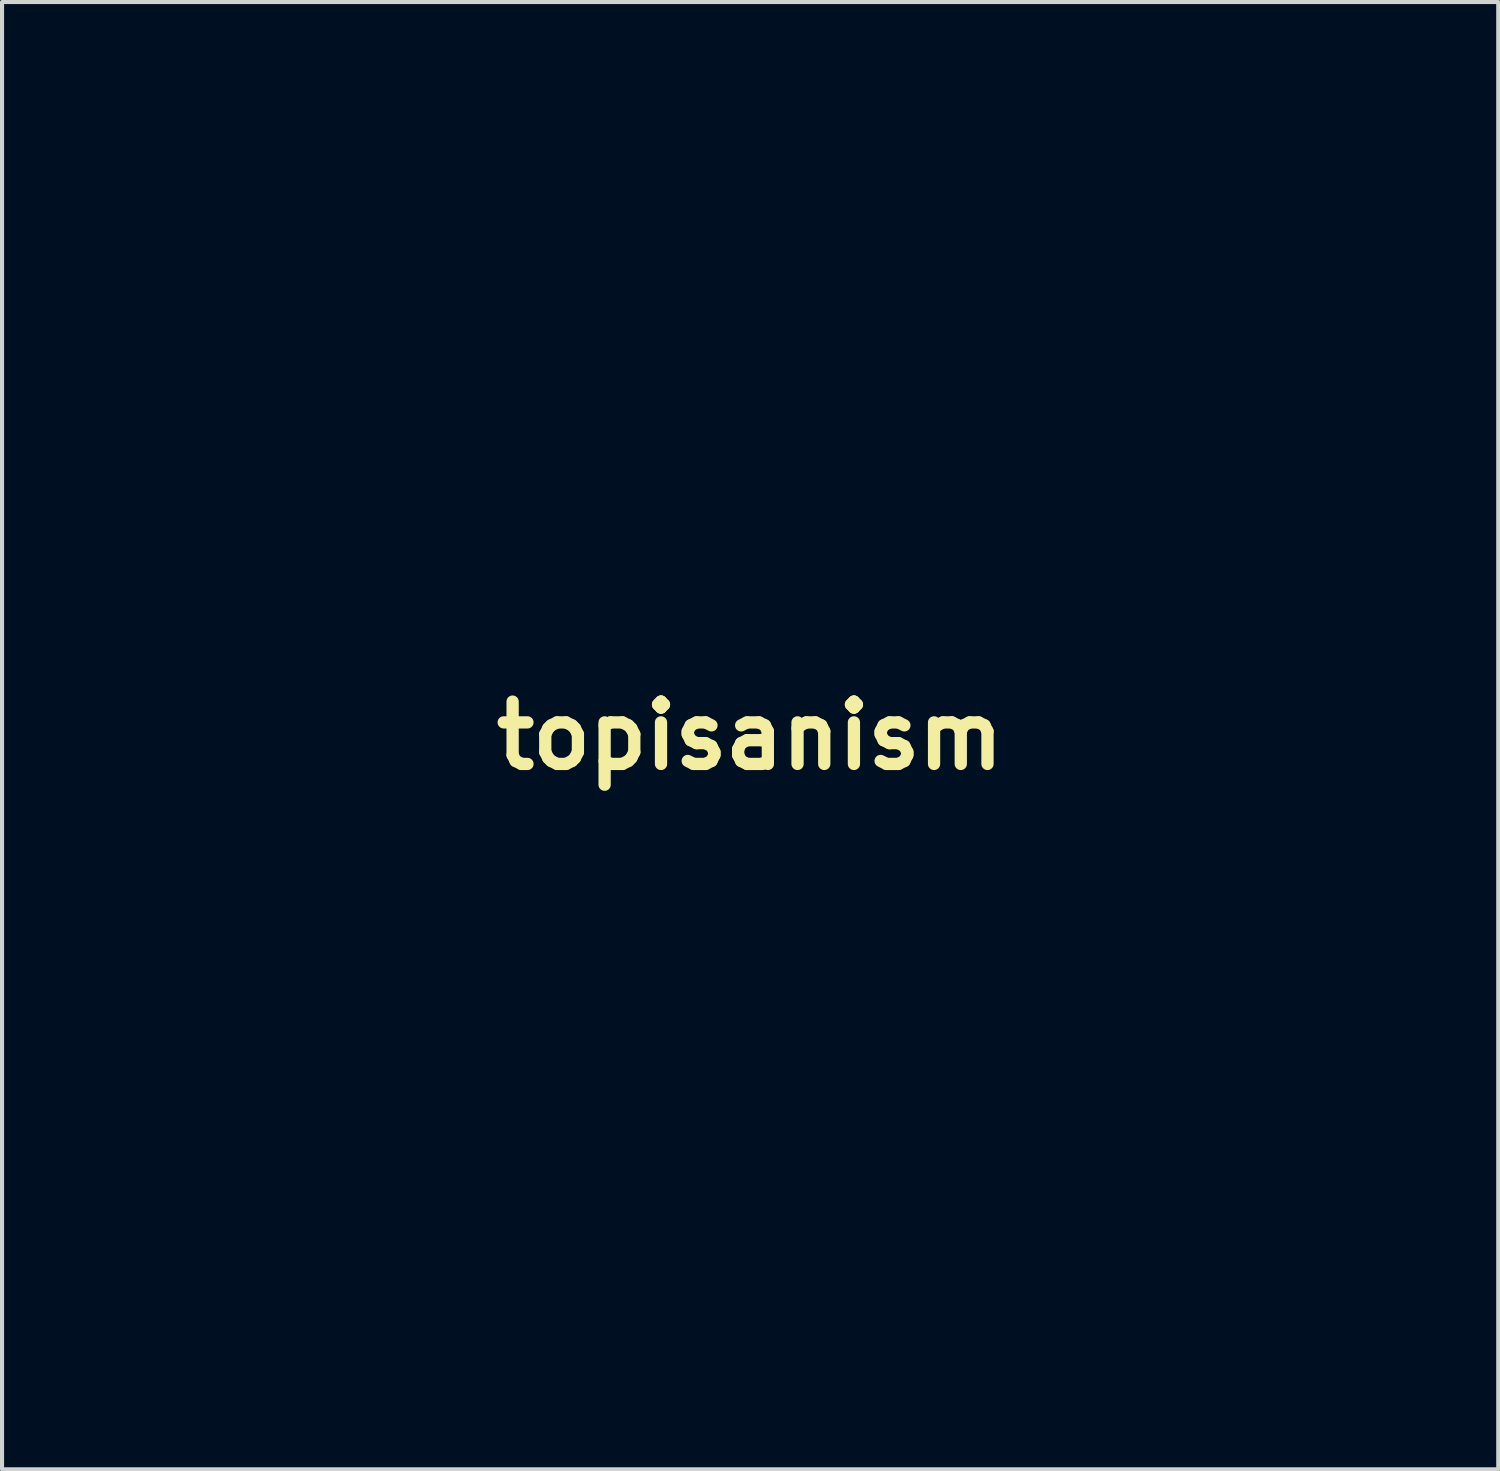
<source format=kicad_pcb>
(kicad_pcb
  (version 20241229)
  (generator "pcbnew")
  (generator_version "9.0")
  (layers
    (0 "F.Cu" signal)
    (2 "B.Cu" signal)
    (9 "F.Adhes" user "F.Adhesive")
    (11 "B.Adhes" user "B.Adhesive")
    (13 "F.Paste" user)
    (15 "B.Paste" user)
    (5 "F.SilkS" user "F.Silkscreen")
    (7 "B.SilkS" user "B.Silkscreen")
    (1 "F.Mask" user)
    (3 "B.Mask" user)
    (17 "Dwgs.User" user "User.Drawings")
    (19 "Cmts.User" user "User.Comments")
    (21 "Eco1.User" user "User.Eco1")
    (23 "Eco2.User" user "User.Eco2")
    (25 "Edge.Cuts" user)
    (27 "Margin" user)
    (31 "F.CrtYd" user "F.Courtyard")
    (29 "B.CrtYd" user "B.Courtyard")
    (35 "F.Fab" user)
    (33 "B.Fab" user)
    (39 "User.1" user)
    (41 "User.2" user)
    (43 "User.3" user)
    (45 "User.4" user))
  (footprint "topisanism"
    (layer "F.Cu")
    (at 15.29 14.94)
    (property "Reference" "topisanism" (at 0 0 0) (layer "F.SilkS") (effects (font (size 1.524 1.524) (thickness 0.3))))
    (attr through_hole)
    (fp_poly (pts (xy -9.494 10.104) (xy -9.495 10.108) (xy -9.504 10.114) (xy -9.525 10.129) (xy -9.557 10.151) (xy -9.6 10.181) (xy -9.651 10.216) (xy -9.71 10.257) (xy -9.776 10.302) (xy -9.847 10.351) (xy -9.922 10.402) (xy -9.999 10.455) (xy -10.078 10.509) (xy -10.157 10.563) (xy -10.235 10.617) (xy -10.31 10.668) (xy -10.382 10.717) (xy -10.449 10.763) (xy -10.51 10.804) (xy -10.564 10.841) (xy -10.609 10.871) (xy -10.644 10.895) (xy -10.668 10.911) (xy -10.679 10.918) (xy -10.68 10.918) (xy -10.688 10.914) (xy -10.708 10.9) (xy -10.738 10.877) (xy -10.777 10.847) (xy -10.823 10.811) (xy -10.875 10.769) (xy -10.93 10.724) (xy -10.943 10.714) (xy -11 10.667) (xy -11.053 10.624) (xy -11.101 10.584) (xy -11.142 10.55) (xy -11.175 10.523) (xy -11.198 10.504) (xy -11.209 10.494) (xy -11.21 10.494) (xy -11.217 10.483) (xy -11.213 10.474) (xy -11.201 10.464) (xy -11.174 10.446) (xy -11.134 10.423) (xy -11.084 10.398) (xy -11.029 10.372) (xy -10.97 10.346) (xy -10.913 10.323) (xy -10.86 10.303) (xy -10.838 10.295) (xy -10.774 10.275) (xy -10.709 10.257) (xy -10.641 10.241) (xy -10.569 10.226) (xy -10.492 10.212) (xy -10.406 10.199) (xy -10.31 10.187) (xy -10.202 10.175) (xy -10.08 10.163) (xy -9.999 10.155) (xy -9.902 10.146) (xy -9.818 10.138) (xy -9.743 10.131) (xy -9.674 10.123) (xy -9.607 10.114) (xy -9.537 10.105) (xy -9.529 10.104) (xy -9.504 10.102) (xy -9.494 10.104)) (stroke (width 0.01) (type solid)) (fill yes) (layer "F.Mask"))
    (fp_poly (pts (xy 9.56 10.085) (xy 9.606 10.088) (xy 9.66 10.091) (xy 9.72 10.095) (xy 9.782 10.1) (xy 9.845 10.106) (xy 9.905 10.112) (xy 9.959 10.118) (xy 9.961 10.119) (xy 10.046 10.13) (xy 10.131 10.142) (xy 10.218 10.156) (xy 10.308 10.172) (xy 10.404 10.19) (xy 10.508 10.211) (xy 10.621 10.235) (xy 10.746 10.263) (xy 10.884 10.295) (xy 10.935 10.307) (xy 11.003 10.323) (xy 11.067 10.338) (xy 11.127 10.351) (xy 11.178 10.363) (xy 11.219 10.373) (xy 11.248 10.379) (xy 11.256 10.381) (xy 11.284 10.387) (xy 11.303 10.392) (xy 11.311 10.394) (xy 11.308 10.402) (xy 11.296 10.42) (xy 11.277 10.446) (xy 11.252 10.477) (xy 11.223 10.51) (xy 11.192 10.544) (xy 11.172 10.565) (xy 11.137 10.601) (xy 11.094 10.641) (xy 11.049 10.68) (xy 11.019 10.706) (xy 10.988 10.731) (xy 10.952 10.76) (xy 10.912 10.79) (xy 10.872 10.822) (xy 10.833 10.852) (xy 10.797 10.878) (xy 10.768 10.9) (xy 10.746 10.915) (xy 10.736 10.922) (xy 10.735 10.922) (xy 10.728 10.917) (xy 10.707 10.904) (xy 10.675 10.883) (xy 10.631 10.854) (xy 10.577 10.818) (xy 10.515 10.777) (xy 10.444 10.73) (xy 10.366 10.678) (xy 10.282 10.622) (xy 10.193 10.563) (xy 10.106 10.505) (xy 9.996 10.432) (xy 9.9 10.368) (xy 9.817 10.312) (xy 9.745 10.264) (xy 9.684 10.223) (xy 9.634 10.188) (xy 9.593 10.16) (xy 9.561 10.137) (xy 9.536 10.119) (xy 9.519 10.105) (xy 9.508 10.096) (xy 9.503 10.09) (xy 9.502 10.086) (xy 9.505 10.085) (xy 9.525 10.084) (xy 9.56 10.085)) (stroke (width 0.01) (type solid)) (fill yes) (layer "F.Mask"))
    (fp_poly (pts (xy 3.769 -1.444) (xy 3.86 -1.419) (xy 3.954 -1.378) (xy 4.052 -1.321) (xy 4.119 -1.275) (xy 4.178 -1.23) (xy 4.24 -1.179) (xy 4.307 -1.119) (xy 4.381 -1.05) (xy 4.463 -0.97) (xy 4.521 -0.911) (xy 4.62 -0.812) (xy 4.71 -0.724) (xy 4.789 -0.648) (xy 4.861 -0.583) (xy 4.925 -0.527) (xy 4.982 -0.481) (xy 5.033 -0.442) (xy 5.079 -0.412) (xy 5.122 -0.388) (xy 5.131 -0.383) (xy 5.169 -0.366) (xy 5.201 -0.356) (xy 5.236 -0.351) (xy 5.263 -0.349) (xy 5.301 -0.348) (xy 5.337 -0.351) (xy 5.374 -0.359) (xy 5.411 -0.371) (xy 5.451 -0.39) (xy 5.494 -0.414) (xy 5.54 -0.446) (xy 5.592 -0.486) (xy 5.65 -0.534) (xy 5.714 -0.591) (xy 5.787 -0.659) (xy 5.869 -0.737) (xy 5.961 -0.826) (xy 6.003 -0.868) (xy 6.086 -0.949) (xy 6.159 -1.02) (xy 6.222 -1.08) (xy 6.277 -1.132) (xy 6.326 -1.176) (xy 6.369 -1.214) (xy 6.409 -1.246) (xy 6.445 -1.274) (xy 6.48 -1.3) (xy 6.509 -1.319) (xy 6.594 -1.369) (xy 6.672 -1.407) (xy 6.748 -1.431) (xy 6.824 -1.445) (xy 6.883 -1.448) (xy 6.961 -1.442) (xy 7.035 -1.424) (xy 7.107 -1.394) (xy 7.179 -1.35) (xy 7.253 -1.29) (xy 7.283 -1.263) (xy 7.356 -1.185) (xy 7.412 -1.103) (xy 7.452 -1.019) (xy 7.475 -0.931) (xy 7.481 -0.84) (xy 7.471 -0.745) (xy 7.444 -0.648) (xy 7.401 -0.547) (xy 7.341 -0.443) (xy 7.264 -0.335) (xy 7.25 -0.318) (xy 7.226 -0.289) (xy 7.192 -0.251) (xy 7.151 -0.206) (xy 7.105 -0.156) (xy 7.056 -0.103) (xy 7.006 -0.051) (xy 6.997 -0.042) (xy 6.908 0.05) (xy 6.831 0.132) (xy 6.764 0.203) (xy 6.706 0.267) (xy 6.657 0.324) (xy 6.615 0.375) (xy 6.579 0.421) (xy 6.548 0.463) (xy 6.522 0.503) (xy 6.505 0.532) (xy 6.468 0.606) (xy 6.444 0.676) (xy 6.434 0.745) (xy 6.438 0.813) (xy 6.456 0.883) (xy 6.488 0.956) (xy 6.534 1.034) (xy 6.578 1.096) (xy 6.603 1.128) (xy 6.629 1.161) (xy 6.658 1.196) (xy 6.69 1.233) (xy 6.728 1.276) (xy 6.772 1.323) (xy 6.823 1.378) (xy 6.882 1.44) (xy 6.951 1.512) (xy 7.031 1.594) (xy 7.053 1.618) (xy 7.11 1.677) (xy 7.165 1.734) (xy 7.215 1.787) (xy 7.261 1.836) (xy 7.299 1.878) (xy 7.33 1.913) (xy 7.351 1.938) (xy 7.36 1.948) (xy 7.398 2.008) (xy 7.433 2.074) (xy 7.461 2.141) (xy 7.48 2.202) (xy 7.481 2.207) (xy 7.49 2.271) (xy 7.491 2.341) (xy 7.486 2.412) (xy 7.473 2.476) (xy 7.469 2.489) (xy 7.435 2.568) (xy 7.387 2.646) (xy 7.327 2.721) (xy 7.258 2.79) (xy 7.182 2.851) (xy 7.101 2.902) (xy 7.019 2.941) (xy 6.963 2.959) (xy 6.915 2.967) (xy 6.858 2.971) (xy 6.798 2.97) (xy 6.744 2.965) (xy 6.714 2.959) (xy 6.641 2.932) (xy 6.563 2.891) (xy 6.48 2.834) (xy 6.435 2.798) (xy 6.349 2.725) (xy 6.263 2.648) (xy 6.174 2.566) (xy 6.082 2.476) (xy 5.985 2.379) (xy 5.882 2.271) (xy 5.77 2.152) (xy 5.704 2.081) (xy 5.621 1.997) (xy 5.54 1.93) (xy 5.462 1.879) (xy 5.385 1.844) (xy 5.312 1.825) (xy 5.241 1.823) (xy 5.214 1.827) (xy 5.167 1.838) (xy 5.122 1.854) (xy 5.077 1.876) (xy 5.032 1.906) (xy 4.985 1.944) (xy 4.933 1.991) (xy 4.877 2.049) (xy 4.814 2.119) (xy 4.755 2.188) (xy 4.711 2.238) (xy 4.659 2.294) (xy 4.6 2.356) (xy 4.536 2.421) (xy 4.47 2.487) (xy 4.402 2.554) (xy 4.334 2.619) (xy 4.268 2.681) (xy 4.206 2.737) (xy 4.149 2.788) (xy 4.1 2.829) (xy 4.059 2.861) (xy 4.043 2.873) (xy 3.97 2.915) (xy 3.897 2.943) (xy 3.817 2.958) (xy 3.775 2.961) (xy 3.697 2.961) (xy 3.627 2.952) (xy 3.56 2.933) (xy 3.488 2.903) (xy 3.473 2.895) (xy 3.384 2.844) (xy 3.303 2.783) (xy 3.233 2.715) (xy 3.176 2.642) (xy 3.131 2.565) (xy 3.102 2.486) (xy 3.099 2.473) (xy 3.093 2.432) (xy 3.092 2.379) (xy 3.095 2.32) (xy 3.102 2.257) (xy 3.113 2.197) (xy 3.116 2.184) (xy 3.133 2.127) (xy 3.159 2.063) (xy 3.19 1.998) (xy 3.224 1.938) (xy 3.255 1.892) (xy 3.268 1.877) (xy 3.291 1.851) (xy 3.325 1.816) (xy 3.367 1.772) (xy 3.416 1.721) (xy 3.471 1.665) (xy 3.531 1.604) (xy 3.594 1.539) (xy 3.656 1.477) (xy 3.723 1.41) (xy 3.788 1.344) (xy 3.85 1.281) (xy 3.907 1.222) (xy 3.958 1.168) (xy 4.003 1.121) (xy 4.039 1.083) (xy 4.065 1.054) (xy 4.079 1.037) (xy 4.109 0.997) (xy 4.139 0.953) (xy 4.165 0.911) (xy 4.176 0.89) (xy 4.193 0.855) (xy 4.204 0.829) (xy 4.21 0.805) (xy 4.212 0.779) (xy 4.212 0.755) (xy 4.21 0.716) (xy 4.205 0.686) (xy 4.195 0.657) (xy 4.184 0.635) (xy 4.171 0.61) (xy 4.156 0.584) (xy 4.138 0.557) (xy 4.116 0.528) (xy 4.09 0.495) (xy 4.057 0.458) (xy 4.017 0.414) (xy 3.969 0.363) (xy 3.912 0.303) (xy 3.844 0.234) (xy 3.785 0.174) (xy 3.692 0.078) (xy 3.609 -0.008) (xy 3.537 -0.084) (xy 3.474 -0.152) (xy 3.419 -0.213) (xy 3.372 -0.268) (xy 3.331 -0.32) (xy 3.295 -0.367) (xy 3.264 -0.413) (xy 3.236 -0.458) (xy 3.21 -0.504) (xy 3.186 -0.551) (xy 3.184 -0.555) (xy 3.149 -0.629) (xy 3.124 -0.694) (xy 3.108 -0.754) (xy 3.099 -0.814) (xy 3.097 -0.876) (xy 3.103 -0.959) (xy 3.121 -1.034) (xy 3.152 -1.105) (xy 3.198 -1.174) (xy 3.259 -1.243) (xy 3.265 -1.25) (xy 3.347 -1.323) (xy 3.429 -1.38) (xy 3.511 -1.42) (xy 3.595 -1.445) (xy 3.681 -1.452) (xy 3.769 -1.444)) (stroke (width 0.01) (type solid)) (fill yes) (layer "F.Mask"))
    (fp_poly (pts (xy -6.683 -1.409) (xy -6.647 -1.408) (xy -6.619 -1.405) (xy -6.594 -1.399) (xy -6.566 -1.391) (xy -6.542 -1.383) (xy -6.495 -1.364) (xy -6.447 -1.341) (xy -6.397 -1.312) (xy -6.344 -1.276) (xy -6.287 -1.234) (xy -6.225 -1.184) (xy -6.158 -1.126) (xy -6.084 -1.058) (xy -6.003 -0.981) (xy -5.913 -0.892) (xy -5.815 -0.793) (xy -5.706 -0.681) (xy -5.693 -0.667) (xy -5.635 -0.607) (xy -5.579 -0.55) (xy -5.527 -0.498) (xy -5.481 -0.452) (xy -5.441 -0.413) (xy -5.409 -0.384) (xy -5.387 -0.365) (xy -5.381 -0.36) (xy -5.309 -0.315) (xy -5.24 -0.286) (xy -5.172 -0.273) (xy -5.105 -0.275) (xy -5.067 -0.284) (xy -5.022 -0.299) (xy -4.977 -0.321) (xy -4.932 -0.352) (xy -4.882 -0.393) (xy -4.827 -0.446) (xy -4.78 -0.496) (xy -4.715 -0.565) (xy -4.643 -0.64) (xy -4.567 -0.718) (xy -4.489 -0.797) (xy -4.412 -0.874) (xy -4.339 -0.947) (xy -4.271 -1.014) (xy -4.212 -1.07) (xy -4.205 -1.077) (xy -4.105 -1.165) (xy -4.011 -1.237) (xy -3.92 -1.296) (xy -3.831 -1.34) (xy -3.743 -1.371) (xy -3.655 -1.389) (xy -3.565 -1.396) (xy -3.523 -1.395) (xy -3.431 -1.383) (xy -3.348 -1.359) (xy -3.271 -1.321) (xy -3.201 -1.269) (xy -3.133 -1.2) (xy -3.111 -1.174) (xy -3.047 -1.083) (xy -3 -0.992) (xy -2.97 -0.901) (xy -2.957 -0.808) (xy -2.96 -0.715) (xy -2.98 -0.62) (xy -3.018 -0.525) (xy -3.072 -0.428) (xy -3.114 -0.367) (xy -3.129 -0.349) (xy -3.155 -0.32) (xy -3.191 -0.282) (xy -3.236 -0.234) (xy -3.289 -0.179) (xy -3.349 -0.117) (xy -3.415 -0.05) (xy -3.485 0.022) (xy -3.56 0.098) (xy -3.586 0.124) (xy -3.672 0.21) (xy -3.746 0.285) (xy -3.811 0.35) (xy -3.865 0.406) (xy -3.911 0.454) (xy -3.95 0.495) (xy -3.981 0.53) (xy -4.007 0.559) (xy -4.027 0.585) (xy -4.043 0.607) (xy -4.056 0.628) (xy -4.065 0.646) (xy -4.074 0.665) (xy -4.081 0.685) (xy -4.082 0.689) (xy -4.094 0.742) (xy -4.097 0.802) (xy -4.091 0.862) (xy -4.082 0.9) (xy -4.068 0.935) (xy -4.051 0.968) (xy -4.029 1.001) (xy -4.001 1.037) (xy -3.965 1.078) (xy -3.919 1.125) (xy -3.862 1.181) (xy -3.858 1.185) (xy -3.797 1.243) (xy -3.733 1.306) (xy -3.665 1.372) (xy -3.597 1.44) (xy -3.527 1.509) (xy -3.459 1.578) (xy -3.393 1.645) (xy -3.33 1.708) (xy -3.272 1.768) (xy -3.22 1.822) (xy -3.176 1.869) (xy -3.139 1.908) (xy -3.113 1.937) (xy -3.097 1.956) (xy -3.044 2.035) (xy -3.005 2.111) (xy -2.98 2.187) (xy -2.967 2.269) (xy -2.965 2.358) (xy -2.966 2.366) (xy -2.974 2.458) (xy -2.991 2.537) (xy -3.02 2.609) (xy -3.06 2.676) (xy -3.115 2.742) (xy -3.145 2.773) (xy -3.226 2.845) (xy -3.312 2.902) (xy -3.405 2.947) (xy -3.435 2.958) (xy -3.467 2.969) (xy -3.493 2.976) (xy -3.518 2.981) (xy -3.547 2.983) (xy -3.585 2.984) (xy -3.624 2.985) (xy -3.677 2.984) (xy -3.723 2.98) (xy -3.766 2.973) (xy -3.806 2.961) (xy -3.847 2.943) (xy -3.889 2.919) (xy -3.935 2.887) (xy -3.987 2.846) (xy -4.046 2.796) (xy -4.116 2.735) (xy -4.129 2.723) (xy -4.167 2.688) (xy -4.214 2.643) (xy -4.27 2.59) (xy -4.332 2.53) (xy -4.399 2.465) (xy -4.468 2.398) (xy -4.538 2.329) (xy -4.606 2.261) (xy -4.619 2.248) (xy -4.69 2.176) (xy -4.75 2.116) (xy -4.801 2.065) (xy -4.843 2.023) (xy -4.878 1.99) (xy -4.907 1.963) (xy -4.93 1.941) (xy -4.95 1.925) (xy -4.967 1.912) (xy -4.982 1.902) (xy -4.997 1.893) (xy -5.012 1.885) (xy -5.024 1.879) (xy -5.06 1.862) (xy -5.087 1.851) (xy -5.11 1.845) (xy -5.136 1.842) (xy -5.171 1.842) (xy -5.177 1.841) (xy -5.216 1.842) (xy -5.244 1.845) (xy -5.268 1.85) (xy -5.294 1.861) (xy -5.318 1.873) (xy -5.375 1.906) (xy -5.432 1.948) (xy -5.491 2.002) (xy -5.553 2.069) (xy -5.566 2.084) (xy -5.587 2.107) (xy -5.618 2.14) (xy -5.659 2.183) (xy -5.707 2.232) (xy -5.761 2.288) (xy -5.82 2.349) (xy -5.883 2.412) (xy -5.947 2.477) (xy -5.973 2.502) (xy -6.051 2.58) (xy -6.118 2.647) (xy -6.176 2.703) (xy -6.225 2.751) (xy -6.268 2.791) (xy -6.305 2.824) (xy -6.337 2.851) (xy -6.366 2.873) (xy -6.393 2.892) (xy -6.419 2.907) (xy -6.445 2.922) (xy -6.473 2.935) (xy -6.479 2.938) (xy -6.558 2.968) (xy -6.641 2.986) (xy -6.723 2.993) (xy -6.782 2.989) (xy -6.875 2.968) (xy -6.965 2.931) (xy -7.053 2.878) (xy -7.138 2.808) (xy -7.166 2.781) (xy -7.241 2.696) (xy -7.3 2.61) (xy -7.341 2.522) (xy -7.365 2.433) (xy -7.373 2.343) (xy -7.364 2.251) (xy -7.338 2.157) (xy -7.295 2.063) (xy -7.246 1.983) (xy -7.232 1.965) (xy -7.207 1.937) (xy -7.173 1.899) (xy -7.13 1.853) (xy -7.082 1.801) (xy -7.028 1.744) (xy -6.969 1.684) (xy -6.909 1.621) (xy -6.847 1.557) (xy -6.784 1.493) (xy -6.724 1.432) (xy -6.666 1.373) (xy -6.612 1.319) (xy -6.563 1.272) (xy -6.521 1.231) (xy -6.517 1.227) (xy -6.433 1.142) (xy -6.366 1.061) (xy -6.315 0.982) (xy -6.281 0.905) (xy -6.262 0.831) (xy -6.259 0.758) (xy -6.259 0.754) (xy -6.27 0.692) (xy -6.291 0.631) (xy -6.324 0.571) (xy -6.369 0.508) (xy -6.429 0.441) (xy -6.477 0.394) (xy -6.548 0.326) (xy -6.622 0.253) (xy -6.698 0.177) (xy -6.774 0.1) (xy -6.85 0.023) (xy -6.923 -0.053) (xy -6.992 -0.126) (xy -7.057 -0.194) (xy -7.115 -0.258) (xy -7.165 -0.314) (xy -7.206 -0.362) (xy -7.237 -0.4) (xy -7.245 -0.41) (xy -7.296 -0.493) (xy -7.337 -0.584) (xy -7.359 -0.653) (xy -7.37 -0.716) (xy -7.373 -0.785) (xy -7.369 -0.854) (xy -7.358 -0.915) (xy -7.351 -0.94) (xy -7.308 -1.037) (xy -7.252 -1.128) (xy -7.184 -1.209) (xy -7.105 -1.279) (xy -7.018 -1.337) (xy -6.925 -1.381) (xy -6.913 -1.386) (xy -6.883 -1.396) (xy -6.858 -1.402) (xy -6.832 -1.406) (xy -6.801 -1.409) (xy -6.76 -1.409) (xy -6.731 -1.409) (xy -6.683 -1.409)) (stroke (width 0.01) (type solid)) (fill yes) (layer "F.Mask"))
    (fp_poly (pts (xy 8.429 -14.932) (xy 8.707 -14.922) (xy 8.978 -14.906) (xy 9.186 -14.888) (xy 9.261 -14.879) (xy 9.344 -14.865) (xy 9.438 -14.846) (xy 9.544 -14.822) (xy 9.661 -14.792) (xy 9.793 -14.756) (xy 9.896 -14.727) (xy 10.26 -14.615) (xy 10.611 -14.491) (xy 10.951 -14.355) (xy 11.278 -14.208) (xy 11.593 -14.048) (xy 11.896 -13.877) (xy 12.186 -13.695) (xy 12.465 -13.5) (xy 12.731 -13.294) (xy 12.986 -13.076) (xy 13.228 -12.846) (xy 13.458 -12.604) (xy 13.676 -12.35) (xy 13.847 -12.132) (xy 14.036 -11.868) (xy 14.213 -11.594) (xy 14.378 -11.31) (xy 14.532 -11.015) (xy 14.675 -10.71) (xy 14.807 -10.392) (xy 14.929 -10.063) (xy 15.04 -9.72) (xy 15.138 -9.377) (xy 15.175 -9.234) (xy 15.205 -9.101) (xy 15.231 -8.973) (xy 15.253 -8.843) (xy 15.265 -8.76) (xy 15.291 -8.574) (xy 15.291 -6.886) (xy 15.169 -6.265) (xy 15.047 -5.643) (xy 14.986 -5.483) (xy 14.964 -5.424) (xy 14.947 -5.379) (xy 14.933 -5.345) (xy 14.923 -5.32) (xy 14.913 -5.301) (xy 14.905 -5.286) (xy 14.896 -5.273) (xy 14.885 -5.259) (xy 14.882 -5.255) (xy 14.871 -5.236) (xy 14.855 -5.204) (xy 14.836 -5.161) (xy 14.814 -5.109) (xy 14.795 -5.06) (xy 14.665 -4.738) (xy 14.522 -4.428) (xy 14.367 -4.129) (xy 14.199 -3.841) (xy 14.018 -3.563) (xy 13.824 -3.297) (xy 13.616 -3.04) (xy 13.395 -2.794) (xy 13.161 -2.558) (xy 12.913 -2.331) (xy 12.651 -2.114) (xy 12.501 -1.998) (xy 12.387 -1.915) (xy 12.275 -1.835) (xy 12.161 -1.758) (xy 12.043 -1.681) (xy 11.917 -1.603) (xy 11.781 -1.522) (xy 11.663 -1.453) (xy 11.578 -1.403) (xy 11.508 -1.36) (xy 11.45 -1.322) (xy 11.404 -1.288) (xy 11.368 -1.258) (xy 11.342 -1.229) (xy 11.323 -1.202) (xy 11.312 -1.175) (xy 11.306 -1.146) (xy 11.305 -1.138) (xy 11.304 -1.109) (xy 11.309 -1.08) (xy 11.32 -1.05) (xy 11.337 -1.017) (xy 11.363 -0.979) (xy 11.397 -0.937) (xy 11.44 -0.888) (xy 11.494 -0.83) (xy 11.56 -0.764) (xy 11.591 -0.733) (xy 11.641 -0.683) (xy 11.693 -0.631) (xy 11.742 -0.579) (xy 11.788 -0.531) (xy 11.826 -0.49) (xy 11.85 -0.464) (xy 12.035 -0.243) (xy 12.213 -0.007) (xy 12.385 0.243) (xy 12.549 0.507) (xy 12.706 0.783) (xy 12.854 1.071) (xy 12.994 1.369) (xy 13.124 1.677) (xy 13.245 1.994) (xy 13.302 2.159) (xy 13.417 2.522) (xy 13.518 2.888) (xy 13.603 3.256) (xy 13.673 3.626) (xy 13.728 3.995) (xy 13.768 4.364) (xy 13.792 4.732) (xy 13.8 5.096) (xy 13.793 5.457) (xy 13.771 5.808) (xy 13.734 6.145) (xy 13.683 6.475) (xy 13.617 6.797) (xy 13.537 7.11) (xy 13.443 7.415) (xy 13.336 7.711) (xy 13.214 7.998) (xy 13.078 8.276) (xy 12.929 8.544) (xy 12.766 8.803) (xy 12.715 8.877) (xy 12.688 8.915) (xy 12.665 8.949) (xy 12.647 8.975) (xy 12.635 8.991) (xy 12.632 8.995) (xy 12.622 8.994) (xy 12.599 8.989) (xy 12.565 8.98) (xy 12.523 8.967) (xy 12.475 8.952) (xy 12.47 8.951) (xy 12.005 8.806) (xy 11.529 8.674) (xy 11.044 8.554) (xy 10.55 8.448) (xy 10.049 8.355) (xy 9.541 8.274) (xy 9.028 8.208) (xy 8.51 8.155) (xy 7.989 8.116) (xy 7.984 8.116) (xy 7.635 8.098) (xy 7.274 8.087) (xy 6.904 8.082) (xy 6.529 8.083) (xy 6.152 8.091) (xy 5.778 8.105) (xy 5.571 8.116) (xy 5.447 8.123) (xy 5.314 8.132) (xy 5.176 8.142) (xy 5.034 8.153) (xy 4.894 8.165) (xy 4.757 8.177) (xy 4.626 8.189) (xy 4.505 8.201) (xy 4.397 8.213) (xy 4.356 8.218) (xy 4.216 8.239) (xy 4.09 8.268) (xy 3.976 8.305) (xy 3.874 8.351) (xy 3.782 8.407) (xy 3.698 8.473) (xy 3.659 8.51) (xy 3.584 8.596) (xy 3.525 8.69) (xy 3.48 8.792) (xy 3.45 8.9) (xy 3.436 9.015) (xy 3.437 9.136) (xy 3.438 9.149) (xy 3.456 9.275) (xy 3.487 9.39) (xy 3.532 9.495) (xy 3.59 9.59) (xy 3.662 9.675) (xy 3.748 9.751) (xy 3.848 9.817) (xy 3.962 9.874) (xy 4.051 9.908) (xy 4.074 9.916) (xy 4.095 9.923) (xy 4.116 9.93) (xy 4.14 9.936) (xy 4.167 9.943) (xy 4.2 9.951) (xy 4.241 9.961) (xy 4.291 9.972) (xy 4.353 9.986) (xy 4.428 10.003) (xy 4.492 10.017) (xy 4.769 10.08) (xy 5.045 10.15) (xy 5.318 10.224) (xy 5.582 10.302) (xy 5.835 10.383) (xy 5.964 10.426) (xy 6.028 10.449) (xy 6.087 10.469) (xy 6.142 10.489) (xy 6.196 10.509) (xy 6.251 10.529) (xy 6.31 10.552) (xy 6.374 10.577) (xy 6.447 10.605) (xy 6.53 10.638) (xy 6.626 10.675) (xy 6.662 10.69) (xy 6.741 10.721) (xy 6.823 10.754) (xy 6.907 10.787) (xy 6.987 10.819) (xy 7.061 10.848) (xy 7.126 10.874) (xy 7.167 10.89) (xy 7.353 10.965) (xy 7.524 11.036) (xy 7.682 11.104) (xy 7.828 11.171) (xy 7.963 11.236) (xy 8.09 11.301) (xy 8.21 11.366) (xy 8.314 11.426) (xy 8.433 11.499) (xy 8.553 11.579) (xy 8.67 11.663) (xy 8.781 11.749) (xy 8.882 11.833) (xy 8.953 11.897) (xy 9.029 11.969) (xy 8.928 12.023) (xy 8.864 12.056) (xy 8.791 12.094) (xy 8.709 12.135) (xy 8.623 12.179) (xy 8.536 12.222) (xy 8.449 12.265) (xy 8.367 12.305) (xy 8.293 12.341) (xy 8.228 12.371) (xy 8.196 12.386) (xy 7.956 12.49) (xy 7.723 12.582) (xy 7.494 12.662) (xy 7.289 12.724) (xy 7.187 12.754) (xy 7.089 12.785) (xy 6.993 12.816) (xy 6.898 12.85) (xy 6.802 12.885) (xy 6.705 12.924) (xy 6.604 12.965) (xy 6.499 13.011) (xy 6.389 13.061) (xy 6.271 13.117) (xy 6.146 13.178) (xy 6.01 13.245) (xy 5.864 13.319) (xy 5.705 13.401) (xy 5.571 13.471) (xy 5.433 13.542) (xy 5.309 13.607) (xy 5.196 13.664) (xy 5.093 13.716) (xy 4.999 13.763) (xy 4.913 13.805) (xy 4.831 13.844) (xy 4.754 13.88) (xy 4.679 13.914) (xy 4.605 13.946) (xy 4.531 13.978) (xy 4.454 14.009) (xy 4.373 14.042) (xy 4.352 14.05) (xy 3.919 14.214) (xy 3.486 14.361) (xy 3.052 14.491) (xy 2.617 14.605) (xy 2.182 14.702) (xy 1.748 14.782) (xy 1.313 14.846) (xy 0.879 14.892) (xy 0.516 14.918) (xy 0.469 14.92) (xy 0.408 14.923) (xy 0.336 14.924) (xy 0.257 14.926) (xy 0.173 14.928) (xy 0.086 14.929) (xy -0.001 14.93) (xy -0.085 14.931) (xy -0.163 14.932) (xy -0.233 14.932) (xy -0.292 14.931) (xy -0.338 14.93) (xy -0.347 14.93) (xy -0.754 14.909) (xy -1.152 14.874) (xy -1.543 14.826) (xy -1.928 14.765) (xy -2.308 14.689) (xy -2.687 14.598) (xy -3.064 14.493) (xy -3.357 14.401) (xy -3.578 14.327) (xy -3.793 14.249) (xy -4.004 14.168) (xy -4.214 14.082) (xy -4.427 13.989) (xy -4.644 13.889) (xy -4.87 13.78) (xy -5.035 13.698) (xy -5.139 13.646) (xy -5.237 13.597) (xy -5.329 13.552) (xy -5.417 13.509) (xy -5.504 13.468) (xy -5.589 13.429) (xy -5.675 13.391) (xy -5.763 13.353) (xy -5.854 13.314) (xy -5.95 13.274) (xy -6.053 13.233) (xy -6.163 13.189) (xy -6.282 13.143) (xy -6.412 13.093) (xy -6.554 13.039) (xy -6.71 12.98) (xy -6.824 12.937) (xy -6.999 12.871) (xy -7.159 12.811) (xy -7.306 12.755) (xy -7.44 12.703) (xy -7.563 12.654) (xy -7.677 12.609) (xy -7.782 12.566) (xy -7.879 12.526) (xy -7.971 12.487) (xy -8.058 12.449) (xy -8.141 12.411) (xy -8.221 12.373) (xy -8.301 12.335) (xy -8.38 12.296) (xy -8.461 12.256) (xy -8.462 12.255) (xy -8.52 12.225) (xy -8.582 12.192) (xy -8.647 12.157) (xy -8.712 12.122) (xy -8.775 12.087) (xy -8.832 12.054) (xy -8.882 12.025) (xy -8.922 12.001) (xy -8.945 11.986) (xy -8.974 11.967) (xy -8.955 11.929) (xy -8.935 11.898) (xy -8.904 11.86) (xy -8.865 11.821) (xy -8.822 11.782) (xy -8.778 11.746) (xy -8.736 11.718) (xy -8.733 11.717) (xy -8.462 11.562) (xy -8.2 11.418) (xy -7.945 11.283) (xy -7.695 11.158) (xy -7.447 11.039) (xy -7.198 10.927) (xy -6.946 10.82) (xy -6.69 10.717) (xy -6.425 10.616) (xy -6.197 10.534) (xy -5.979 10.459) (xy -5.747 10.384) (xy -5.506 10.309) (xy -5.258 10.236) (xy -5.008 10.166) (xy -4.759 10.099) (xy -4.515 10.037) (xy -4.301 9.986) (xy -4.245 9.973) (xy -4.185 9.957) (xy -4.126 9.94) (xy -4.077 9.925) (xy -4.068 9.922) (xy -3.935 9.871) (xy -3.815 9.811) (xy -3.71 9.743) (xy -3.618 9.666) (xy -3.541 9.582) (xy -3.479 9.489) (xy -3.432 9.39) (xy -3.4 9.284) (xy -3.383 9.17) (xy -3.381 9.055) (xy -3.394 8.934) (xy -3.423 8.821) (xy -3.465 8.716) (xy -3.522 8.62) (xy -3.592 8.533) (xy -3.676 8.455) (xy -3.773 8.387) (xy -3.883 8.329) (xy -4.005 8.282) (xy -4.14 8.245) (xy -4.17 8.239) (xy -4.215 8.231) (xy -4.276 8.222) (xy -4.352 8.213) (xy -4.44 8.202) (xy -4.54 8.192) (xy -4.651 8.181) (xy -4.772 8.17) (xy -4.9 8.159) (xy -4.906 8.158) (xy -5.46 8.119) (xy -6.006 8.093) (xy -6.545 8.081) (xy -7.077 8.083) (xy -7.606 8.099) (xy -8.065 8.124) (xy -8.578 8.166) (xy -9.091 8.221) (xy -9.601 8.291) (xy -10.107 8.374) (xy -10.607 8.471) (xy -11.101 8.581) (xy -11.587 8.703) (xy -12.063 8.839) (xy -12.413 8.949) (xy -12.462 8.964) (xy -12.505 8.978) (xy -12.54 8.989) (xy -12.564 8.997) (xy -12.575 9) (xy -12.575 9) (xy -12.582 8.993) (xy -12.596 8.974) (xy -12.616 8.944) (xy -12.641 8.905) (xy -12.671 8.859) (xy -12.703 8.809) (xy -12.737 8.756) (xy -12.77 8.701) (xy -12.803 8.648) (xy -12.823 8.615) (xy -12.988 8.324) (xy -13.137 8.028) (xy -13.139 8.024) (xy -2.461 8.024) (xy -2.452 8.163) (xy -2.431 8.309) (xy -2.396 8.462) (xy -2.348 8.624) (xy -2.287 8.795) (xy -2.272 8.835) (xy -2.174 9.059) (xy -2.063 9.274) (xy -1.937 9.48) (xy -1.798 9.676) (xy -1.644 9.864) (xy -1.476 10.042) (xy -1.294 10.211) (xy -1.098 10.371) (xy -0.887 10.522) (xy -0.673 10.657) (xy -0.555 10.726) (xy -0.447 10.783) (xy -0.348 10.829) (xy -0.256 10.866) (xy -0.17 10.892) (xy -0.088 10.909) (xy -0.008 10.916) (xy 0.071 10.916) (xy 0.151 10.907) (xy 0.194 10.899) (xy 0.323 10.866) (xy 0.456 10.818) (xy 0.593 10.756) (xy 0.732 10.679) (xy 0.873 10.591) (xy 1.015 10.49) (xy 1.157 10.378) (xy 1.296 10.255) (xy 1.434 10.123) (xy 1.568 9.982) (xy 1.698 9.834) (xy 1.823 9.678) (xy 1.941 9.516) (xy 1.966 9.48) (xy 2.08 9.303) (xy 2.181 9.128) (xy 2.269 8.956) (xy 2.344 8.787) (xy 2.405 8.622) (xy 2.452 8.462) (xy 2.484 8.307) (xy 2.502 8.159) (xy 2.506 8.058) (xy 2.498 7.897) (xy 2.475 7.742) (xy 2.437 7.594) (xy 2.383 7.454) (xy 2.315 7.322) (xy 2.233 7.199) (xy 2.136 7.084) (xy 2.025 6.978) (xy 1.9 6.882) (xy 1.841 6.843) (xy 1.805 6.822) (xy 1.757 6.796) (xy 1.7 6.768) (xy 1.639 6.738) (xy 1.576 6.709) (xy 1.515 6.682) (xy 1.494 6.673) (xy 1.271 6.587) (xy 1.051 6.516) (xy 0.831 6.458) (xy 0.607 6.413) (xy 0.423 6.387) (xy 0.357 6.38) (xy 0.277 6.375) (xy 0.187 6.372) (xy 0.091 6.37) (xy -0.008 6.37) (xy -0.106 6.372) (xy -0.2 6.375) (xy -0.286 6.379) (xy -0.361 6.385) (xy -0.404 6.39) (xy -0.654 6.432) (xy -0.895 6.486) (xy -1.129 6.556) (xy -1.359 6.64) (xy -1.588 6.739) (xy -1.604 6.747) (xy -1.753 6.825) (xy -1.886 6.911) (xy -2.004 7.004) (xy -2.109 7.105) (xy -2.2 7.214) (xy -2.278 7.333) (xy -2.31 7.391) (xy -2.366 7.513) (xy -2.409 7.636) (xy -2.44 7.761) (xy -2.457 7.89) (xy -2.461 8.024) (xy -13.139 8.024) (xy -13.27 7.726) (xy -13.387 7.418) (xy -13.488 7.105) (xy -13.573 6.787) (xy -13.642 6.463) (xy -13.695 6.133) (xy -13.732 5.799) (xy -13.753 5.459) (xy -13.758 5.114) (xy -13.747 4.764) (xy -13.724 4.458) (xy -13.685 4.108) (xy -13.631 3.753) (xy -13.563 3.392) (xy -13.48 3.024) (xy -13.383 2.649) (xy -13.27 2.267) (xy -13.198 2.04) (xy -13.078 1.7) (xy -12.948 1.373) (xy -12.807 1.059) (xy -12.655 0.758) (xy -12.492 0.469) (xy -12.319 0.194) (xy -12.134 -0.068) (xy -11.939 -0.318) (xy -11.82 -0.457) (xy -11.739 -0.547) (xy -11.652 -0.64) (xy -11.561 -0.733) (xy -11.469 -0.823) (xy -11.379 -0.908) (xy -11.295 -0.985) (xy -11.234 -1.038) (xy -11.211 -1.058) (xy -11.195 -1.074) (xy -11.189 -1.083) (xy -11.189 -1.084) (xy -11.197 -1.09) (xy -11.218 -1.102) (xy -11.248 -1.12) (xy -11.285 -1.14) (xy -11.303 -1.15) (xy -11.426 -1.22) (xy -11.559 -1.299) (xy -11.697 -1.384) (xy -11.837 -1.472) (xy -11.974 -1.563) (xy -12.105 -1.652) (xy -12.227 -1.738) (xy -12.263 -1.765) (xy -12.552 -1.987) (xy -12.827 -2.219) (xy -13.089 -2.46) (xy -13.337 -2.711) (xy -13.571 -2.97) (xy -13.791 -3.238) (xy -13.996 -3.514) (xy -14.187 -3.799) (xy -14.364 -4.091) (xy -14.525 -4.391) (xy -14.672 -4.698) (xy -14.803 -5.013) (xy -14.919 -5.334) (xy -14.999 -5.588) (xy -15.086 -5.914) (xy -15.157 -6.242) (xy -15.212 -6.572) (xy -15.252 -6.906) (xy -15.276 -7.245) (xy -15.285 -7.589) (xy -15.281 -7.838) (xy -15.263 -8.187) (xy -15.229 -8.533) (xy -15.179 -8.876) (xy -15.113 -9.216) (xy -15.032 -9.551) (xy -14.935 -9.881) (xy -14.823 -10.205) (xy -14.697 -10.523) (xy -14.555 -10.834) (xy -14.4 -11.137) (xy -14.23 -11.433) (xy -14.046 -11.719) (xy -13.849 -11.996) (xy -13.724 -12.158) (xy -13.53 -12.39) (xy -13.323 -12.617) (xy -13.105 -12.837) (xy -12.88 -13.045) (xy -12.651 -13.24) (xy -12.633 -13.254) (xy -12.356 -13.466) (xy -12.07 -13.664) (xy -11.774 -13.849) (xy -11.469 -14.019) (xy -11.155 -14.175) (xy -10.833 -14.317) (xy -10.503 -14.444) (xy -10.166 -14.556) (xy -9.822 -14.653) (xy -9.47 -14.736) (xy -9.155 -14.796) (xy -8.983 -14.825) (xy -7.139 -14.825) (xy -6.958 -14.795) (xy -6.598 -14.727) (xy -6.247 -14.644) (xy -5.905 -14.548) (xy -5.573 -14.437) (xy -5.249 -14.312) (xy -4.935 -14.172) (xy -4.629 -14.018) (xy -4.332 -13.85) (xy -4.044 -13.667) (xy -3.764 -13.47) (xy -3.493 -13.258) (xy -3.231 -13.031) (xy -2.977 -12.79) (xy -2.731 -12.534) (xy -2.494 -12.264) (xy -2.265 -11.978) (xy -2.207 -11.901) (xy -2.14 -11.811) (xy -2.083 -11.732) (xy -2.036 -11.663) (xy -1.999 -11.604) (xy -1.969 -11.552) (xy -1.947 -11.507) (xy -1.932 -11.466) (xy -1.923 -11.43) (xy -1.919 -11.397) (xy -1.919 -11.392) (xy -1.922 -11.349) (xy -1.934 -11.31) (xy -1.955 -11.277) (xy -1.986 -11.247) (xy -2.029 -11.22) (xy -2.084 -11.196) (xy -2.154 -11.174) (xy -2.238 -11.153) (xy -2.329 -11.134) (xy -2.406 -11.119) (xy -2.481 -11.103) (xy -2.554 -11.085) (xy -2.629 -11.066) (xy -2.708 -11.044) (xy -2.794 -11.02) (xy -2.888 -10.991) (xy -2.993 -10.958) (xy -3.112 -10.919) (xy -3.114 -10.918) (xy -3.223 -10.883) (xy -3.316 -10.853) (xy -3.394 -10.828) (xy -3.456 -10.808) (xy -3.503 -10.794) (xy -3.536 -10.784) (xy -3.555 -10.78) (xy -3.559 -10.779) (xy -3.563 -10.788) (xy -3.571 -10.808) (xy -3.577 -10.825) (xy -3.612 -10.905) (xy -3.662 -10.989) (xy -3.727 -11.076) (xy -3.767 -11.123) (xy -3.787 -11.145) (xy -3.817 -11.175) (xy -3.856 -11.214) (xy -3.902 -11.258) (xy -3.952 -11.306) (xy -4.005 -11.355) (xy -4.058 -11.405) (xy -4.11 -11.453) (xy -4.158 -11.497) (xy -4.201 -11.535) (xy -4.208 -11.541) (xy -4.453 -11.745) (xy -4.706 -11.934) (xy -4.966 -12.108) (xy -5.233 -12.266) (xy -5.507 -12.409) (xy -5.788 -12.536) (xy -6.077 -12.648) (xy -6.372 -12.745) (xy -6.673 -12.826) (xy -6.982 -12.892) (xy -7.297 -12.942) (xy -7.324 -12.945) (xy -7.597 -12.974) (xy -7.873 -12.991) (xy -8.148 -12.996) (xy -8.42 -12.989) (xy -8.684 -12.97) (xy -8.721 -12.966) (xy -9.03 -12.926) (xy -9.336 -12.869) (xy -9.636 -12.797) (xy -9.931 -12.709) (xy -10.22 -12.607) (xy -10.503 -12.49) (xy -10.779 -12.358) (xy -11.046 -12.212) (xy -11.306 -12.053) (xy -11.557 -11.88) (xy -11.799 -11.695) (xy -12.031 -11.497) (xy -12.252 -11.286) (xy -12.463 -11.064) (xy -12.662 -10.83) (xy -12.849 -10.585) (xy -13.024 -10.33) (xy -13.121 -10.173) (xy -13.275 -9.899) (xy -13.414 -9.62) (xy -13.536 -9.336) (xy -13.643 -9.046) (xy -13.734 -8.751) (xy -13.809 -8.449) (xy -13.868 -8.142) (xy -13.912 -7.828) (xy -13.94 -7.508) (xy -13.952 -7.182) (xy -13.953 -7.087) (xy -13.945 -6.764) (xy -13.922 -6.448) (xy -13.884 -6.139) (xy -13.831 -5.838) (xy -13.762 -5.543) (xy -13.678 -5.256) (xy -13.579 -4.976) (xy -13.465 -4.704) (xy -13.335 -4.439) (xy -13.191 -4.182) (xy -13.031 -3.932) (xy -12.857 -3.69) (xy -12.667 -3.456) (xy -12.542 -3.315) (xy -12.491 -3.26) (xy -12.43 -3.197) (xy -12.362 -3.129) (xy -12.291 -3.06) (xy -12.219 -2.991) (xy -12.15 -2.926) (xy -12.087 -2.867) (xy -12.031 -2.819) (xy -12.031 -2.818) (xy -11.79 -2.621) (xy -11.536 -2.431) (xy -11.268 -2.248) (xy -10.985 -2.071) (xy -10.734 -1.927) (xy -10.685 -1.899) (xy -10.648 -1.877) (xy -10.624 -1.861) (xy -10.61 -1.849) (xy -10.605 -1.841) (xy -10.605 -1.839) (xy -10.608 -1.819) (xy -10.612 -1.784) (xy -10.617 -1.735) (xy -10.622 -1.675) (xy -10.628 -1.604) (xy -10.634 -1.525) (xy -10.64 -1.44) (xy -10.646 -1.349) (xy -10.652 -1.255) (xy -10.659 -1.16) (xy -10.664 -1.065) (xy -10.67 -0.972) (xy -10.675 -0.882) (xy -10.679 -0.797) (xy -10.683 -0.72) (xy -10.685 -0.677) (xy -10.687 -0.606) (xy -10.689 -0.522) (xy -10.691 -0.426) (xy -10.692 -0.321) (xy -10.693 -0.21) (xy -10.693 -0.096) (xy -10.693 0.018) (xy -10.693 0.131) (xy -10.692 0.239) (xy -10.69 0.341) (xy -10.689 0.432) (xy -10.687 0.511) (xy -10.685 0.559) (xy -10.67 0.838) (xy -10.651 1.117) (xy -10.626 1.394) (xy -10.596 1.667) (xy -10.562 1.935) (xy -10.523 2.196) (xy -10.481 2.449) (xy -10.434 2.693) (xy -10.384 2.926) (xy -10.33 3.146) (xy -10.274 3.352) (xy -10.226 3.505) (xy -10.141 3.744) (xy -10.047 3.969) (xy -9.944 4.18) (xy -9.831 4.378) (xy -9.709 4.561) (xy -9.579 4.73) (xy -9.439 4.885) (xy -9.291 5.026) (xy -9.133 5.152) (xy -8.967 5.264) (xy -8.792 5.362) (xy -8.789 5.363) (xy -8.659 5.424) (xy -8.525 5.477) (xy -8.386 5.523) (xy -8.239 5.562) (xy -8.085 5.594) (xy -7.921 5.62) (xy -7.746 5.64) (xy -7.559 5.654) (xy -7.358 5.662) (xy -7.147 5.664) (xy -6.937 5.661) (xy -6.726 5.653) (xy -6.511 5.639) (xy -6.292 5.619) (xy -6.067 5.593) (xy -5.834 5.561) (xy -5.594 5.522) (xy -5.343 5.477) (xy -5.082 5.425) (xy -4.809 5.366) (xy -4.521 5.299) (xy -4.449 5.282) (xy -4.262 5.238) (xy -4.088 5.197) (xy -3.924 5.161) (xy -3.766 5.127) (xy -3.612 5.095) (xy -3.458 5.065) (xy -3.301 5.036) (xy -3.243 5.026) (xy -2.701 4.938) (xy -2.156 4.866) (xy -1.607 4.811) (xy -1.055 4.773) (xy -0.5 4.751) (xy 0.059 4.746) (xy 0.621 4.757) (xy 1.187 4.785) (xy 1.756 4.83) (xy 2.024 4.856) (xy 2.386 4.898) (xy 2.748 4.946) (xy 3.112 5.001) (xy 3.479 5.063) (xy 3.852 5.132) (xy 4.233 5.21) (xy 4.625 5.296) (xy 4.843 5.347) (xy 5.078 5.401) (xy 5.301 5.448) (xy 5.513 5.49) (xy 5.719 5.526) (xy 5.92 5.558) (xy 6.12 5.585) (xy 6.321 5.608) (xy 6.526 5.627) (xy 6.612 5.634) (xy 6.758 5.644) (xy 6.906 5.652) (xy 7.054 5.658) (xy 7.199 5.661) (xy 7.339 5.662) (xy 7.472 5.661) (xy 7.595 5.657) (xy 7.706 5.651) (xy 7.798 5.643) (xy 8.029 5.612) (xy 8.248 5.569) (xy 8.456 5.513) (xy 8.652 5.446) (xy 8.837 5.366) (xy 9.012 5.273) (xy 9.176 5.167) (xy 9.33 5.048) (xy 9.475 4.915) (xy 9.61 4.769) (xy 9.736 4.609) (xy 9.853 4.435) (xy 9.961 4.247) (xy 10.02 4.132) (xy 10.087 3.986) (xy 10.152 3.826) (xy 10.216 3.651) (xy 10.278 3.465) (xy 10.338 3.267) (xy 10.394 3.061) (xy 10.448 2.847) (xy 10.498 2.627) (xy 10.543 2.403) (xy 10.585 2.176) (xy 10.621 1.948) (xy 10.646 1.765) (xy 10.672 1.552) (xy 10.694 1.341) (xy 10.711 1.131) (xy 10.725 0.917) (xy 10.735 0.698) (xy 10.742 0.47) (xy 10.746 0.231) (xy 10.746 0.068) (xy 10.746 -0.083) (xy 10.744 -0.227) (xy 10.742 -0.366) (xy 10.738 -0.503) (xy 10.734 -0.64) (xy 10.728 -0.78) (xy 10.72 -0.926) (xy 10.711 -1.079) (xy 10.7 -1.243) (xy 10.687 -1.419) (xy 10.681 -1.511) (xy 10.675 -1.58) (xy 10.671 -1.644) (xy 10.666 -1.702) (xy 10.663 -1.752) (xy 10.66 -1.79) (xy 10.658 -1.815) (xy 10.657 -1.823) (xy 10.655 -1.856) (xy 10.808 -1.936) (xy 10.915 -1.993) (xy 11.008 -2.043) (xy 11.091 -2.088) (xy 11.165 -2.13) (xy 11.233 -2.168) (xy 11.295 -2.205) (xy 11.356 -2.242) (xy 11.415 -2.28) (xy 11.477 -2.32) (xy 11.519 -2.349) (xy 11.762 -2.522) (xy 11.996 -2.708) (xy 12.221 -2.907) (xy 12.434 -3.116) (xy 12.635 -3.336) (xy 12.824 -3.565) (xy 12.998 -3.802) (xy 13.083 -3.929) (xy 13.246 -4.195) (xy 13.395 -4.469) (xy 13.528 -4.75) (xy 13.645 -5.038) (xy 13.747 -5.331) (xy 13.833 -5.631) (xy 13.904 -5.936) (xy 13.958 -6.246) (xy 13.997 -6.561) (xy 14.012 -6.752) (xy 14.015 -6.82) (xy 14.018 -6.9) (xy 14.02 -6.99) (xy 14.02 -7.084) (xy 14.02 -7.179) (xy 14.019 -7.271) (xy 14.017 -7.356) (xy 14.014 -7.431) (xy 14.012 -7.469) (xy 13.983 -7.788) (xy 13.938 -8.102) (xy 13.877 -8.411) (xy 13.8 -8.714) (xy 13.708 -9.012) (xy 13.6 -9.303) (xy 13.477 -9.587) (xy 13.34 -9.864) (xy 13.187 -10.133) (xy 13.019 -10.394) (xy 12.871 -10.603) (xy 12.693 -10.829) (xy 12.499 -11.051) (xy 12.291 -11.268) (xy 12.07 -11.478) (xy 11.838 -11.68) (xy 11.735 -11.764) (xy 11.481 -11.957) (xy 11.222 -12.134) (xy 10.958 -12.295) (xy 10.689 -12.44) (xy 10.416 -12.568) (xy 10.138 -12.68) (xy 9.855 -12.776) (xy 9.568 -12.855) (xy 9.277 -12.918) (xy 8.981 -12.965) (xy 8.681 -12.996) (xy 8.378 -13.01) (xy 8.07 -13.007) (xy 7.759 -12.988) (xy 7.662 -12.979) (xy 7.389 -12.945) (xy 7.114 -12.9) (xy 6.841 -12.844) (xy 6.571 -12.778) (xy 6.305 -12.702) (xy 6.044 -12.617) (xy 5.791 -12.523) (xy 5.548 -12.421) (xy 5.315 -12.312) (xy 5.094 -12.196) (xy 4.887 -12.073) (xy 4.839 -12.042) (xy 4.63 -11.896) (xy 4.432 -11.739) (xy 4.245 -11.571) (xy 4.071 -11.393) (xy 3.909 -11.206) (xy 3.762 -11.01) (xy 3.666 -10.867) (xy 3.645 -10.834) (xy 3.628 -10.806) (xy 3.616 -10.787) (xy 3.611 -10.78) (xy 3.602 -10.781) (xy 3.581 -10.786) (xy 3.549 -10.795) (xy 3.509 -10.806) (xy 3.491 -10.811) (xy 3.457 -10.821) (xy 3.408 -10.834) (xy 3.349 -10.851) (xy 3.281 -10.87) (xy 3.206 -10.891) (xy 3.129 -10.912) (xy 3.05 -10.934) (xy 3.034 -10.938) (xy 2.868 -10.984) (xy 2.714 -11.028) (xy 2.572 -11.069) (xy 2.443 -11.108) (xy 2.327 -11.143) (xy 2.225 -11.176) (xy 2.137 -11.205) (xy 2.065 -11.231) (xy 2.007 -11.253) (xy 1.965 -11.272) (xy 1.945 -11.282) (xy 1.903 -11.316) (xy 1.876 -11.353) (xy 1.866 -11.393) (xy 1.87 -11.428) (xy 1.882 -11.461) (xy 1.902 -11.497) (xy 1.932 -11.537) (xy 1.973 -11.585) (xy 1.988 -11.601) (xy 2.013 -11.63) (xy 2.044 -11.669) (xy 2.077 -11.714) (xy 2.111 -11.76) (xy 2.129 -11.786) (xy 2.336 -12.076) (xy 2.554 -12.354) (xy 2.783 -12.618) (xy 3.022 -12.87) (xy 3.272 -13.108) (xy 3.532 -13.332) (xy 3.802 -13.544) (xy 4.082 -13.741) (xy 4.372 -13.925) (xy 4.671 -14.095) (xy 4.98 -14.251) (xy 5.254 -14.374) (xy 5.448 -14.454) (xy 5.644 -14.528) (xy 5.845 -14.597) (xy 6.053 -14.662) (xy 6.272 -14.724) (xy 6.504 -14.784) (xy 6.549 -14.795) (xy 6.623 -14.813) (xy 6.689 -14.828) (xy 6.75 -14.841) (xy 6.809 -14.852) (xy 6.868 -14.862) (xy 6.93 -14.871) (xy 6.997 -14.878) (xy 7.073 -14.886) (xy 7.158 -14.893) (xy 7.257 -14.901) (xy 7.311 -14.905) (xy 7.583 -14.922) (xy 7.862 -14.932) (xy 8.145 -14.935) (xy 8.429 -14.932)) (stroke (width 0.01) (type solid)) (fill yes) (layer "F.Mask")))
  (gr_rect
    (start -3 -3)
    (end 33.585 32.877)
    (stroke (width 0.1) (type default))
    (fill no)
    (layer "Edge.Cuts")))
</source>
